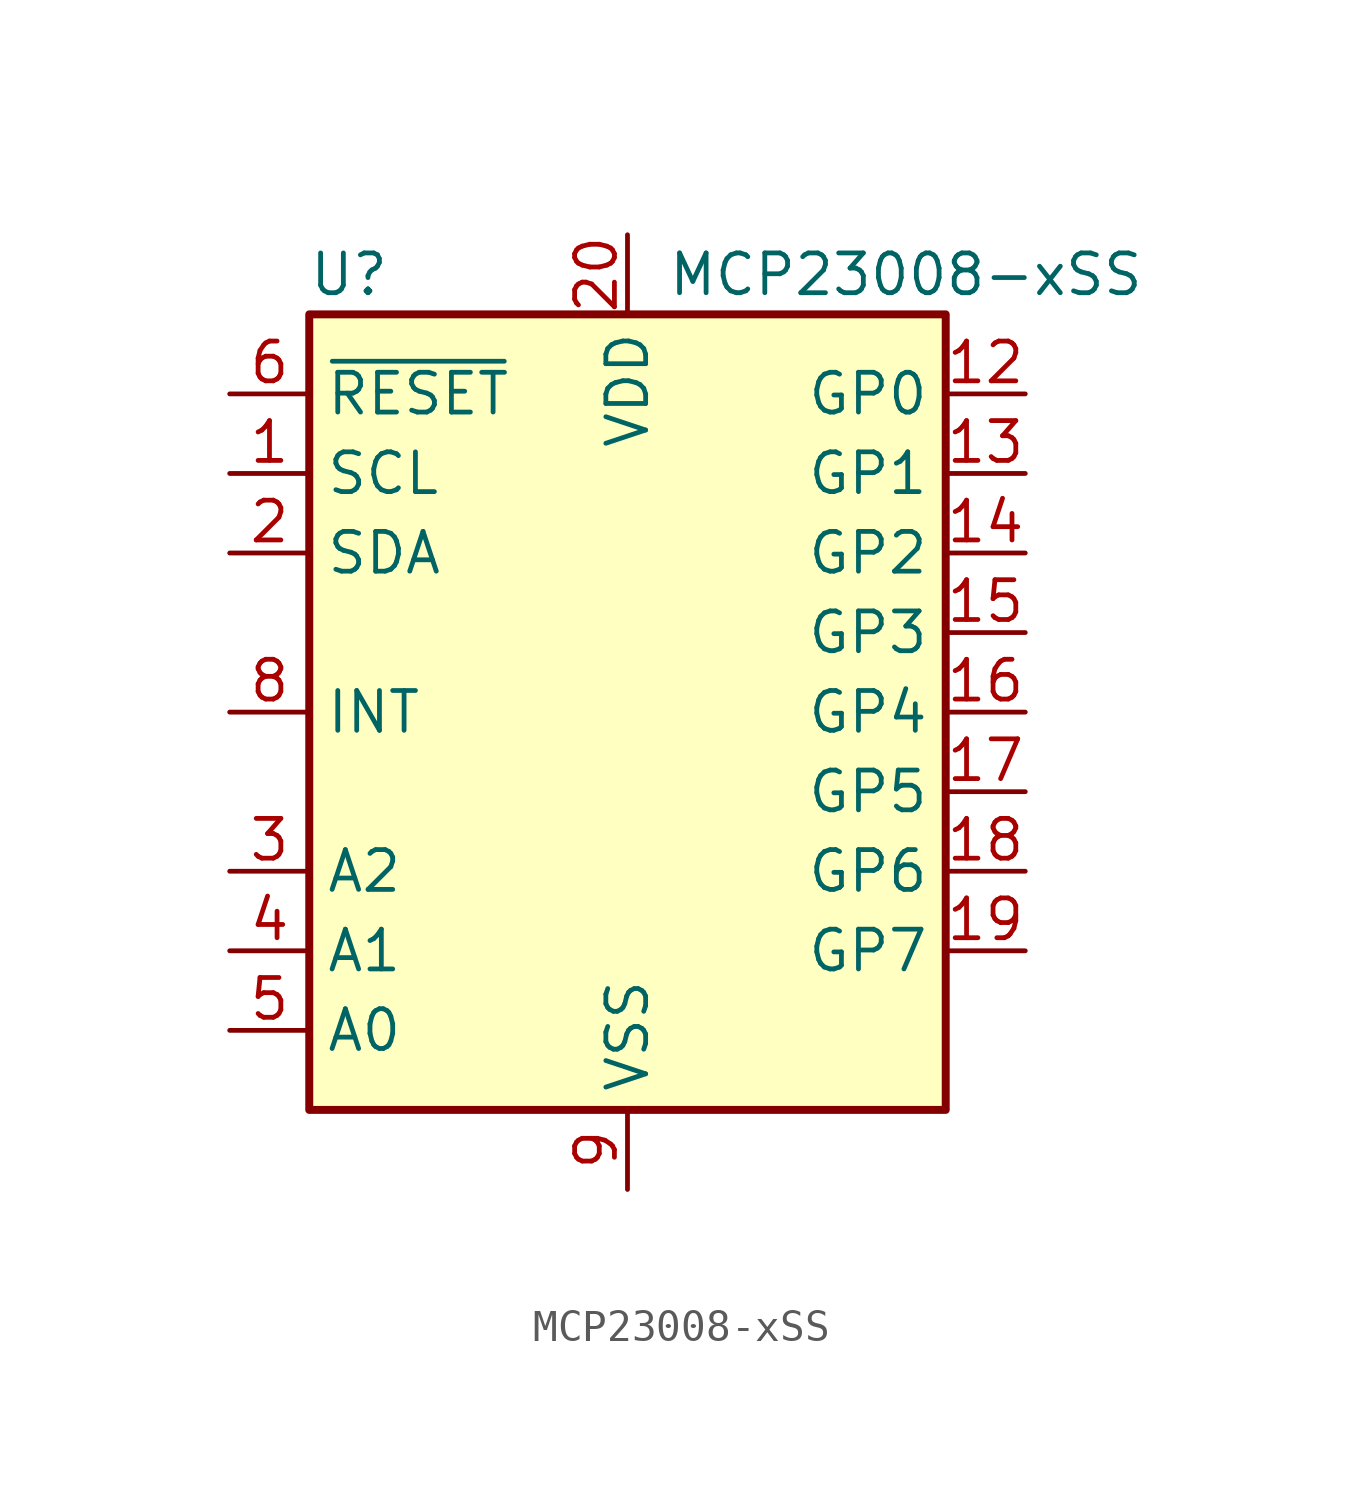
<source format=kicad_sym>
(kicad_symbol_lib
  (version 20231120)
  (generator "kicad_symbol_editor")
  (generator_version "8.0")
  (symbol "MCP23008-xSS"
    (property "Reference" "U"
      (at -8.89 13.97 0)
      (effects (font (size 1.27 1.27))))
    (property "Value" "MCP23008-xSS"
      (at 8.89 13.97 0)
      (effects (font (size 1.27 1.27))))
    (symbol "MCP23008-xSS_0_1"
      (rectangle (start -10.16 12.7) (end 10.16 -12.7) (stroke (width 0.254) (type default)) (fill (type background))))
    (symbol "MCP23008-xSS_1_1"
      (pin input line (at -12.7 7.62 0) (length 2.54) (name "SCL" (effects (font (size 1.27 1.27)))) (number "1" (effects (font (size 1.27 1.27)))))
      (pin no_connect line (at -10.16 -2.54 0) (length 2.54) hide (name "NC" (effects (font (size 1.27 1.27)))) (number "10" (effects (font (size 1.27 1.27)))))
      (pin no_connect line (at 10.16 -10.16 180) (length 2.54) hide (name "NC" (effects (font (size 1.27 1.27)))) (number "11" (effects (font (size 1.27 1.27)))))
      (pin bidirectional line (at 12.7 10.16 180) (length 2.54) (name "GP0" (effects (font (size 1.27 1.27)))) (number "12" (effects (font (size 1.27 1.27)))))
      (pin bidirectional line (at 12.7 7.62 180) (length 2.54) (name "GP1" (effects (font (size 1.27 1.27)))) (number "13" (effects (font (size 1.27 1.27)))))
      (pin bidirectional line (at 12.7 5.08 180) (length 2.54) (name "GP2" (effects (font (size 1.27 1.27)))) (number "14" (effects (font (size 1.27 1.27)))))
      (pin bidirectional line (at 12.7 2.54 180) (length 2.54) (name "GP3" (effects (font (size 1.27 1.27)))) (number "15" (effects (font (size 1.27 1.27)))))
      (pin bidirectional line (at 12.7 0 180) (length 2.54) (name "GP4" (effects (font (size 1.27 1.27)))) (number "16" (effects (font (size 1.27 1.27)))))
      (pin bidirectional line (at 12.7 -2.54 180) (length 2.54) (name "GP5" (effects (font (size 1.27 1.27)))) (number "17" (effects (font (size 1.27 1.27)))))
      (pin bidirectional line (at 12.7 -5.08 180) (length 2.54) (name "GP6" (effects (font (size 1.27 1.27)))) (number "18" (effects (font (size 1.27 1.27)))))
      (pin bidirectional line (at 12.7 -7.62 180) (length 2.54) (name "GP7" (effects (font (size 1.27 1.27)))) (number "19" (effects (font (size 1.27 1.27)))))
      (pin bidirectional line (at -12.7 5.08 0) (length 2.54) (name "SDA" (effects (font (size 1.27 1.27)))) (number "2" (effects (font (size 1.27 1.27)))))
      (pin power_in line (at 0 15.24 270) (length 2.54) (name "VDD" (effects (font (size 1.27 1.27)))) (number "20" (effects (font (size 1.27 1.27)))))
      (pin input line (at -12.7 -5.08 0) (length 2.54) (name "A2" (effects (font (size 1.27 1.27)))) (number "3" (effects (font (size 1.27 1.27)))))
      (pin input line (at -12.7 -7.62 0) (length 2.54) (name "A1" (effects (font (size 1.27 1.27)))) (number "4" (effects (font (size 1.27 1.27)))))
      (pin input line (at -12.7 -10.16 0) (length 2.54) (name "A0" (effects (font (size 1.27 1.27)))) (number "5" (effects (font (size 1.27 1.27)))))
      (pin input line (at -12.7 10.16 0) (length 2.54) (name "~{RESET}" (effects (font (size 1.27 1.27)))) (number "6" (effects (font (size 1.27 1.27)))))
      (pin no_connect line (at -10.16 2.54 0) (length 2.54) hide (name "NC" (effects (font (size 1.27 1.27)))) (number "7" (effects (font (size 1.27 1.27)))))
      (pin output line (at -12.7 0 0) (length 2.54) (name "INT" (effects (font (size 1.27 1.27)))) (number "8" (effects (font (size 1.27 1.27)))))
      (pin power_in line (at 0 -15.24 90) (length 2.54) (name "VSS" (effects (font (size 1.27 1.27)))) (number "9" (effects (font (size 1.27 1.27))))))))
</source>
